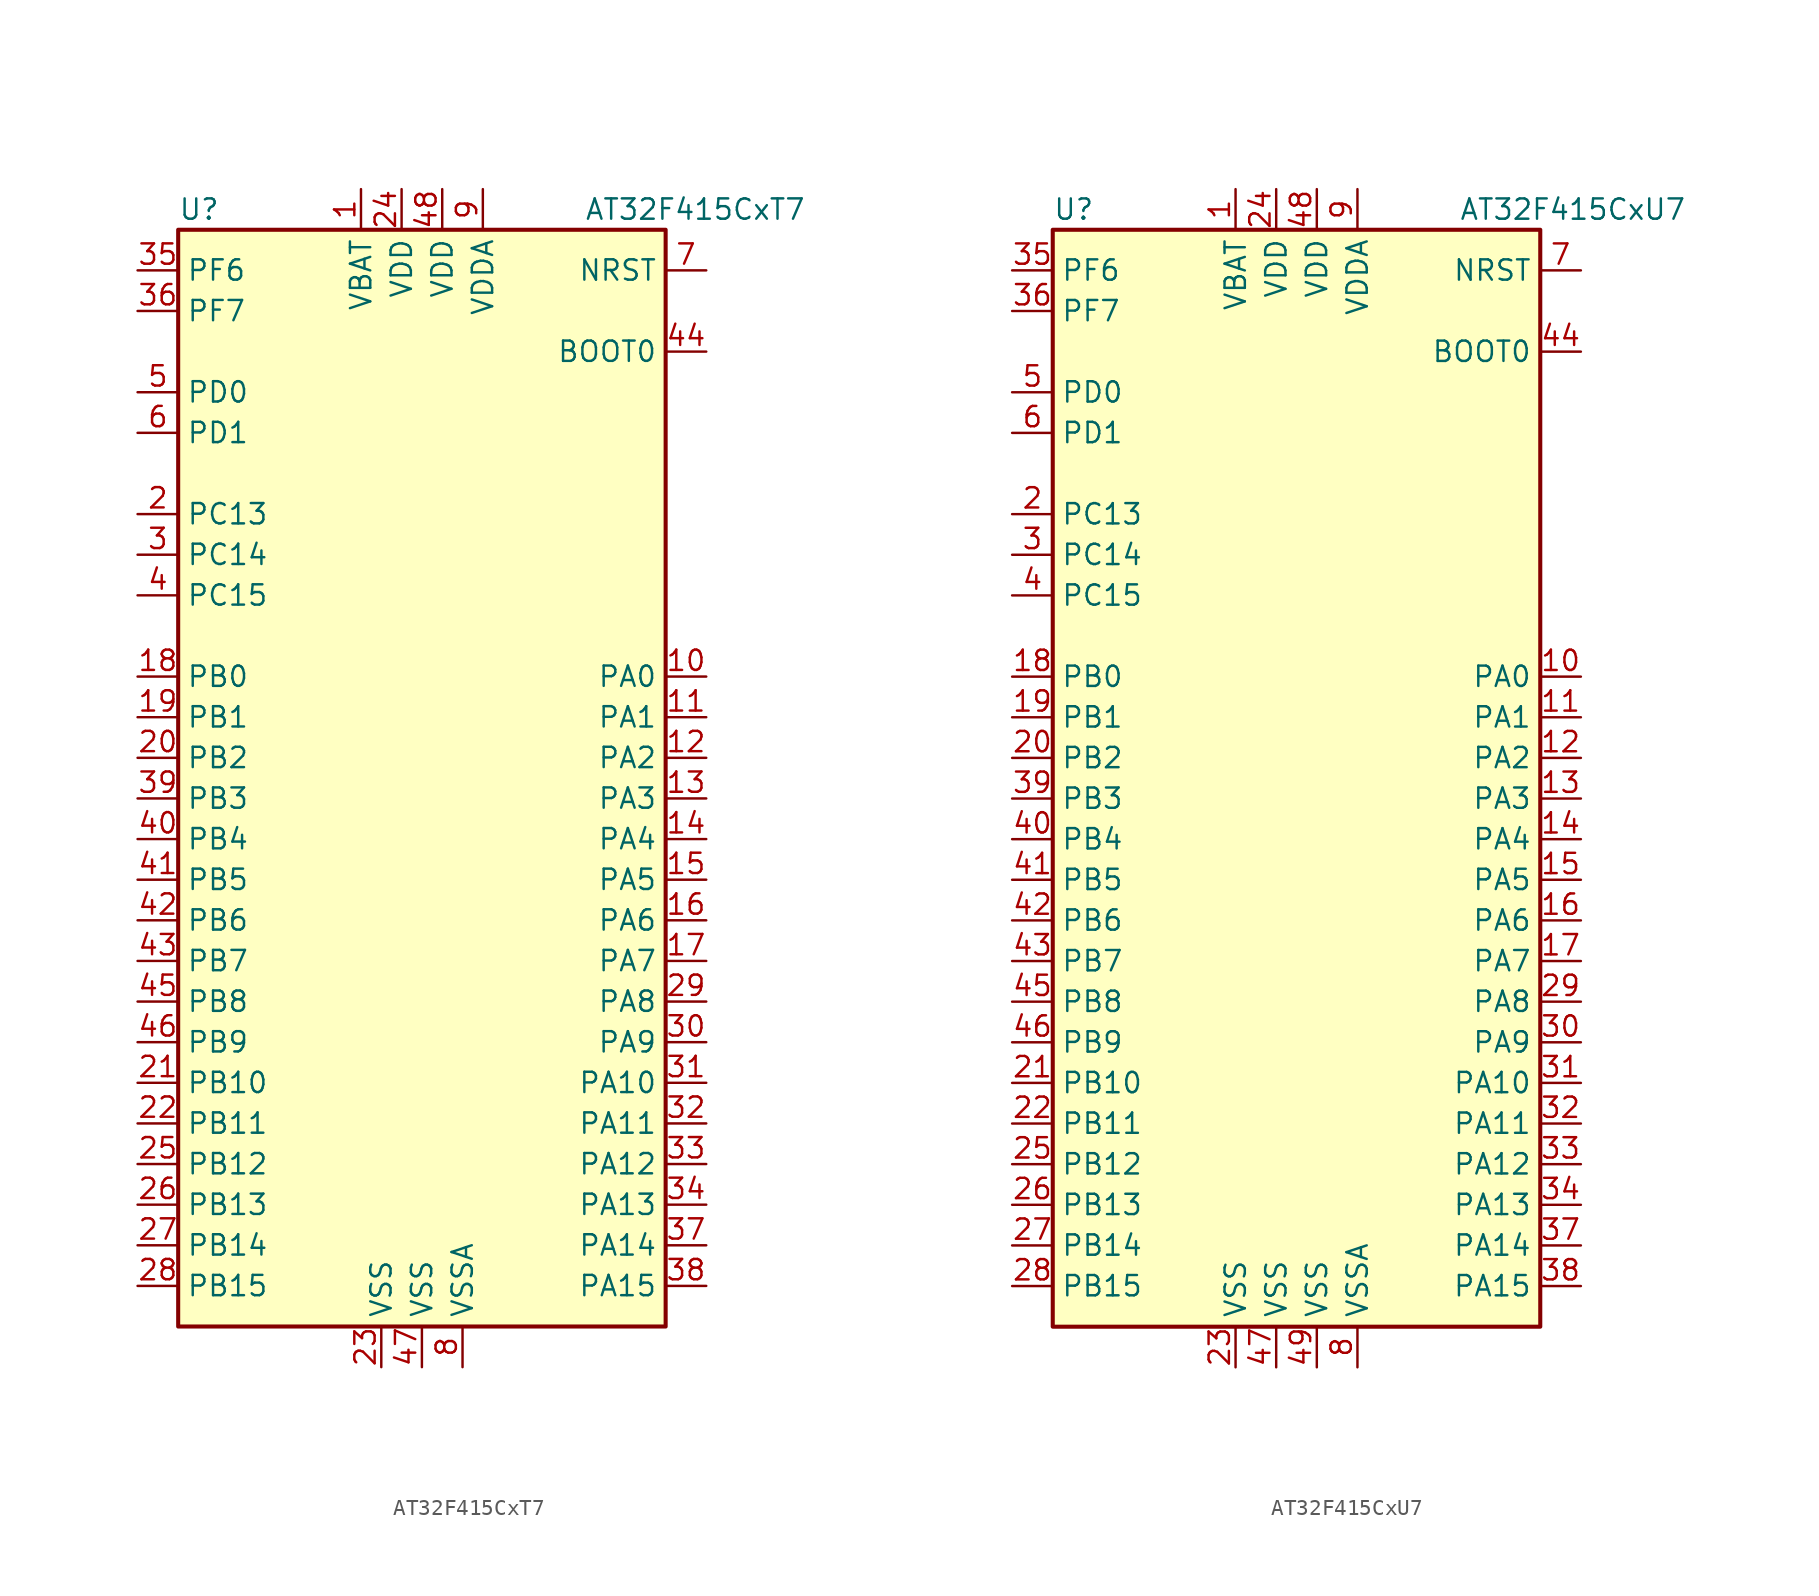
<source format=kicad_sym>
(kicad_symbol_lib
  (version 20220331)
  (generator kicad_symbol_editor)
  (symbol "AT32F415CxT7"
    (property "Reference" "U"
      (at -15.24 35.56 0)
      (effects (font (size 1.27 1.27)) (justify left)))
    (property "Value" "AT32F415CxT7"
      (at 10.16 35.56 0)
      (effects (font (size 1.27 1.27)) (justify left)))
    (symbol "AT32F415CxT7_0_1"
      (rectangle (start -15.24 34.29) (end 15.24 -34.29) (stroke (width 0.254) (type default)) (fill (type background))))
    (symbol "AT32F415CxT7_1_1"
      (pin power_in line (at -3.81 36.83 270) (length 2.54) (name "VBAT" (effects (font (size 1.27 1.27)))) (number "1" (effects (font (size 1.27 1.27)))))
      (pin bidirectional line (at 17.78 6.35 180) (length 2.54) (name "PA0" (effects (font (size 1.27 1.27)))) (number "10" (effects (font (size 1.27 1.27)))))
      (pin bidirectional line (at 17.78 3.81 180) (length 2.54) (name "PA1" (effects (font (size 1.27 1.27)))) (number "11" (effects (font (size 1.27 1.27)))))
      (pin bidirectional line (at 17.78 1.27 180) (length 2.54) (name "PA2" (effects (font (size 1.27 1.27)))) (number "12" (effects (font (size 1.27 1.27)))))
      (pin bidirectional line (at 17.78 -1.27 180) (length 2.54) (name "PA3" (effects (font (size 1.27 1.27)))) (number "13" (effects (font (size 1.27 1.27)))))
      (pin bidirectional line (at 17.78 -3.81 180) (length 2.54) (name "PA4" (effects (font (size 1.27 1.27)))) (number "14" (effects (font (size 1.27 1.27)))))
      (pin bidirectional line (at 17.78 -6.35 180) (length 2.54) (name "PA5" (effects (font (size 1.27 1.27)))) (number "15" (effects (font (size 1.27 1.27)))))
      (pin bidirectional line (at 17.78 -8.89 180) (length 2.54) (name "PA6" (effects (font (size 1.27 1.27)))) (number "16" (effects (font (size 1.27 1.27)))))
      (pin bidirectional line (at 17.78 -11.43 180) (length 2.54) (name "PA7" (effects (font (size 1.27 1.27)))) (number "17" (effects (font (size 1.27 1.27)))))
      (pin bidirectional line (at -17.78 6.35 0) (length 2.54) (name "PB0" (effects (font (size 1.27 1.27)))) (number "18" (effects (font (size 1.27 1.27)))))
      (pin bidirectional line (at -17.78 3.81 0) (length 2.54) (name "PB1" (effects (font (size 1.27 1.27)))) (number "19" (effects (font (size 1.27 1.27)))))
      (pin bidirectional line (at -17.78 16.51 0) (length 2.54) (name "PC13" (effects (font (size 1.27 1.27)))) (number "2" (effects (font (size 1.27 1.27)))))
      (pin bidirectional line (at -17.78 1.27 0) (length 2.54) (name "PB2" (effects (font (size 1.27 1.27)))) (number "20" (effects (font (size 1.27 1.27)))))
      (pin bidirectional line (at -17.78 -19.05 0) (length 2.54) (name "PB10" (effects (font (size 1.27 1.27)))) (number "21" (effects (font (size 1.27 1.27)))))
      (pin bidirectional line (at -17.78 -21.59 0) (length 2.54) (name "PB11" (effects (font (size 1.27 1.27)))) (number "22" (effects (font (size 1.27 1.27)))))
      (pin power_in line (at -2.54 -36.83 90) (length 2.54) (name "VSS" (effects (font (size 1.27 1.27)))) (number "23" (effects (font (size 1.27 1.27)))))
      (pin power_in line (at -1.27 36.83 270) (length 2.54) (name "VDD" (effects (font (size 1.27 1.27)))) (number "24" (effects (font (size 1.27 1.27)))))
      (pin bidirectional line (at -17.78 -24.13 0) (length 2.54) (name "PB12" (effects (font (size 1.27 1.27)))) (number "25" (effects (font (size 1.27 1.27)))))
      (pin bidirectional line (at -17.78 -26.67 0) (length 2.54) (name "PB13" (effects (font (size 1.27 1.27)))) (number "26" (effects (font (size 1.27 1.27)))))
      (pin bidirectional line (at -17.78 -29.21 0) (length 2.54) (name "PB14" (effects (font (size 1.27 1.27)))) (number "27" (effects (font (size 1.27 1.27)))))
      (pin bidirectional line (at -17.78 -31.75 0) (length 2.54) (name "PB15" (effects (font (size 1.27 1.27)))) (number "28" (effects (font (size 1.27 1.27)))))
      (pin bidirectional line (at 17.78 -13.97 180) (length 2.54) (name "PA8" (effects (font (size 1.27 1.27)))) (number "29" (effects (font (size 1.27 1.27)))))
      (pin bidirectional line (at -17.78 13.97 0) (length 2.54) (name "PC14" (effects (font (size 1.27 1.27)))) (number "3" (effects (font (size 1.27 1.27)))))
      (pin bidirectional line (at 17.78 -16.51 180) (length 2.54) (name "PA9" (effects (font (size 1.27 1.27)))) (number "30" (effects (font (size 1.27 1.27)))))
      (pin bidirectional line (at 17.78 -19.05 180) (length 2.54) (name "PA10" (effects (font (size 1.27 1.27)))) (number "31" (effects (font (size 1.27 1.27)))))
      (pin bidirectional line (at 17.78 -21.59 180) (length 2.54) (name "PA11" (effects (font (size 1.27 1.27)))) (number "32" (effects (font (size 1.27 1.27)))))
      (pin bidirectional line (at 17.78 -24.13 180) (length 2.54) (name "PA12" (effects (font (size 1.27 1.27)))) (number "33" (effects (font (size 1.27 1.27)))))
      (pin bidirectional line (at 17.78 -26.67 180) (length 2.54) (name "PA13" (effects (font (size 1.27 1.27)))) (number "34" (effects (font (size 1.27 1.27)))))
      (pin bidirectional line (at -17.78 31.75 0) (length 2.54) (name "PF6" (effects (font (size 1.27 1.27)))) (number "35" (effects (font (size 1.27 1.27)))))
      (pin bidirectional line (at -17.78 29.21 0) (length 2.54) (name "PF7" (effects (font (size 1.27 1.27)))) (number "36" (effects (font (size 1.27 1.27)))))
      (pin bidirectional line (at 17.78 -29.21 180) (length 2.54) (name "PA14" (effects (font (size 1.27 1.27)))) (number "37" (effects (font (size 1.27 1.27)))))
      (pin bidirectional line (at 17.78 -31.75 180) (length 2.54) (name "PA15" (effects (font (size 1.27 1.27)))) (number "38" (effects (font (size 1.27 1.27)))))
      (pin bidirectional line (at -17.78 -1.27 0) (length 2.54) (name "PB3" (effects (font (size 1.27 1.27)))) (number "39" (effects (font (size 1.27 1.27)))))
      (pin bidirectional line (at -17.78 11.43 0) (length 2.54) (name "PC15" (effects (font (size 1.27 1.27)))) (number "4" (effects (font (size 1.27 1.27)))))
      (pin bidirectional line (at -17.78 -3.81 0) (length 2.54) (name "PB4" (effects (font (size 1.27 1.27)))) (number "40" (effects (font (size 1.27 1.27)))))
      (pin bidirectional line (at -17.78 -6.35 0) (length 2.54) (name "PB5" (effects (font (size 1.27 1.27)))) (number "41" (effects (font (size 1.27 1.27)))))
      (pin bidirectional line (at -17.78 -8.89 0) (length 2.54) (name "PB6" (effects (font (size 1.27 1.27)))) (number "42" (effects (font (size 1.27 1.27)))))
      (pin bidirectional line (at -17.78 -11.43 0) (length 2.54) (name "PB7" (effects (font (size 1.27 1.27)))) (number "43" (effects (font (size 1.27 1.27)))))
      (pin input line (at 17.78 26.67 180) (length 2.54) (name "BOOT0" (effects (font (size 1.27 1.27)))) (number "44" (effects (font (size 1.27 1.27)))))
      (pin bidirectional line (at -17.78 -13.97 0) (length 2.54) (name "PB8" (effects (font (size 1.27 1.27)))) (number "45" (effects (font (size 1.27 1.27)))))
      (pin bidirectional line (at -17.78 -16.51 0) (length 2.54) (name "PB9" (effects (font (size 1.27 1.27)))) (number "46" (effects (font (size 1.27 1.27)))))
      (pin power_in line (at 0 -36.83 90) (length 2.54) (name "VSS" (effects (font (size 1.27 1.27)))) (number "47" (effects (font (size 1.27 1.27)))))
      (pin power_in line (at 1.27 36.83 270) (length 2.54) (name "VDD" (effects (font (size 1.27 1.27)))) (number "48" (effects (font (size 1.27 1.27)))))
      (pin input line (at -17.78 24.13 0) (length 2.54) (name "PD0" (effects (font (size 1.27 1.27)))) (number "5" (effects (font (size 1.27 1.27)))))
      (pin input line (at -17.78 21.59 0) (length 2.54) (name "PD1" (effects (font (size 1.27 1.27)))) (number "6" (effects (font (size 1.27 1.27)))))
      (pin input line (at 17.78 31.75 180) (length 2.54) (name "NRST" (effects (font (size 1.27 1.27)))) (number "7" (effects (font (size 1.27 1.27)))))
      (pin power_in line (at 2.54 -36.83 90) (length 2.54) (name "VSSA" (effects (font (size 1.27 1.27)))) (number "8" (effects (font (size 1.27 1.27)))))
      (pin power_in line (at 3.81 36.83 270) (length 2.54) (name "VDDA" (effects (font (size 1.27 1.27)))) (number "9" (effects (font (size 1.27 1.27)))))))
  (symbol "AT32F415CxU7"
    (property "Reference" "U"
      (at -15.24 35.56 0)
      (effects (font (size 1.27 1.27)) (justify left)))
    (property "Value" "AT32F415CxU7"
      (at 10.16 35.56 0)
      (effects (font (size 1.27 1.27)) (justify left)))
    (symbol "AT32F415CxU7_0_1"
      (rectangle (start -15.24 34.29) (end 15.24 -34.29) (stroke (width 0.254) (type default)) (fill (type background))))
    (symbol "AT32F415CxU7_1_1"
      (pin power_in line (at -3.81 36.83 270) (length 2.54) (name "VBAT" (effects (font (size 1.27 1.27)))) (number "1" (effects (font (size 1.27 1.27)))))
      (pin bidirectional line (at 17.78 6.35 180) (length 2.54) (name "PA0" (effects (font (size 1.27 1.27)))) (number "10" (effects (font (size 1.27 1.27)))))
      (pin bidirectional line (at 17.78 3.81 180) (length 2.54) (name "PA1" (effects (font (size 1.27 1.27)))) (number "11" (effects (font (size 1.27 1.27)))))
      (pin bidirectional line (at 17.78 1.27 180) (length 2.54) (name "PA2" (effects (font (size 1.27 1.27)))) (number "12" (effects (font (size 1.27 1.27)))))
      (pin bidirectional line (at 17.78 -1.27 180) (length 2.54) (name "PA3" (effects (font (size 1.27 1.27)))) (number "13" (effects (font (size 1.27 1.27)))))
      (pin bidirectional line (at 17.78 -3.81 180) (length 2.54) (name "PA4" (effects (font (size 1.27 1.27)))) (number "14" (effects (font (size 1.27 1.27)))))
      (pin bidirectional line (at 17.78 -6.35 180) (length 2.54) (name "PA5" (effects (font (size 1.27 1.27)))) (number "15" (effects (font (size 1.27 1.27)))))
      (pin bidirectional line (at 17.78 -8.89 180) (length 2.54) (name "PA6" (effects (font (size 1.27 1.27)))) (number "16" (effects (font (size 1.27 1.27)))))
      (pin bidirectional line (at 17.78 -11.43 180) (length 2.54) (name "PA7" (effects (font (size 1.27 1.27)))) (number "17" (effects (font (size 1.27 1.27)))))
      (pin bidirectional line (at -17.78 6.35 0) (length 2.54) (name "PB0" (effects (font (size 1.27 1.27)))) (number "18" (effects (font (size 1.27 1.27)))))
      (pin bidirectional line (at -17.78 3.81 0) (length 2.54) (name "PB1" (effects (font (size 1.27 1.27)))) (number "19" (effects (font (size 1.27 1.27)))))
      (pin bidirectional line (at -17.78 16.51 0) (length 2.54) (name "PC13" (effects (font (size 1.27 1.27)))) (number "2" (effects (font (size 1.27 1.27)))))
      (pin bidirectional line (at -17.78 1.27 0) (length 2.54) (name "PB2" (effects (font (size 1.27 1.27)))) (number "20" (effects (font (size 1.27 1.27)))))
      (pin bidirectional line (at -17.78 -19.05 0) (length 2.54) (name "PB10" (effects (font (size 1.27 1.27)))) (number "21" (effects (font (size 1.27 1.27)))))
      (pin bidirectional line (at -17.78 -21.59 0) (length 2.54) (name "PB11" (effects (font (size 1.27 1.27)))) (number "22" (effects (font (size 1.27 1.27)))))
      (pin power_in line (at -3.81 -36.83 90) (length 2.54) (name "VSS" (effects (font (size 1.27 1.27)))) (number "23" (effects (font (size 1.27 1.27)))))
      (pin power_in line (at -1.27 36.83 270) (length 2.54) (name "VDD" (effects (font (size 1.27 1.27)))) (number "24" (effects (font (size 1.27 1.27)))))
      (pin bidirectional line (at -17.78 -24.13 0) (length 2.54) (name "PB12" (effects (font (size 1.27 1.27)))) (number "25" (effects (font (size 1.27 1.27)))))
      (pin bidirectional line (at -17.78 -26.67 0) (length 2.54) (name "PB13" (effects (font (size 1.27 1.27)))) (number "26" (effects (font (size 1.27 1.27)))))
      (pin bidirectional line (at -17.78 -29.21 0) (length 2.54) (name "PB14" (effects (font (size 1.27 1.27)))) (number "27" (effects (font (size 1.27 1.27)))))
      (pin bidirectional line (at -17.78 -31.75 0) (length 2.54) (name "PB15" (effects (font (size 1.27 1.27)))) (number "28" (effects (font (size 1.27 1.27)))))
      (pin bidirectional line (at 17.78 -13.97 180) (length 2.54) (name "PA8" (effects (font (size 1.27 1.27)))) (number "29" (effects (font (size 1.27 1.27)))))
      (pin bidirectional line (at -17.78 13.97 0) (length 2.54) (name "PC14" (effects (font (size 1.27 1.27)))) (number "3" (effects (font (size 1.27 1.27)))))
      (pin bidirectional line (at 17.78 -16.51 180) (length 2.54) (name "PA9" (effects (font (size 1.27 1.27)))) (number "30" (effects (font (size 1.27 1.27)))))
      (pin bidirectional line (at 17.78 -19.05 180) (length 2.54) (name "PA10" (effects (font (size 1.27 1.27)))) (number "31" (effects (font (size 1.27 1.27)))))
      (pin bidirectional line (at 17.78 -21.59 180) (length 2.54) (name "PA11" (effects (font (size 1.27 1.27)))) (number "32" (effects (font (size 1.27 1.27)))))
      (pin bidirectional line (at 17.78 -24.13 180) (length 2.54) (name "PA12" (effects (font (size 1.27 1.27)))) (number "33" (effects (font (size 1.27 1.27)))))
      (pin bidirectional line (at 17.78 -26.67 180) (length 2.54) (name "PA13" (effects (font (size 1.27 1.27)))) (number "34" (effects (font (size 1.27 1.27)))))
      (pin bidirectional line (at -17.78 31.75 0) (length 2.54) (name "PF6" (effects (font (size 1.27 1.27)))) (number "35" (effects (font (size 1.27 1.27)))))
      (pin bidirectional line (at -17.78 29.21 0) (length 2.54) (name "PF7" (effects (font (size 1.27 1.27)))) (number "36" (effects (font (size 1.27 1.27)))))
      (pin bidirectional line (at 17.78 -29.21 180) (length 2.54) (name "PA14" (effects (font (size 1.27 1.27)))) (number "37" (effects (font (size 1.27 1.27)))))
      (pin bidirectional line (at 17.78 -31.75 180) (length 2.54) (name "PA15" (effects (font (size 1.27 1.27)))) (number "38" (effects (font (size 1.27 1.27)))))
      (pin bidirectional line (at -17.78 -1.27 0) (length 2.54) (name "PB3" (effects (font (size 1.27 1.27)))) (number "39" (effects (font (size 1.27 1.27)))))
      (pin bidirectional line (at -17.78 11.43 0) (length 2.54) (name "PC15" (effects (font (size 1.27 1.27)))) (number "4" (effects (font (size 1.27 1.27)))))
      (pin bidirectional line (at -17.78 -3.81 0) (length 2.54) (name "PB4" (effects (font (size 1.27 1.27)))) (number "40" (effects (font (size 1.27 1.27)))))
      (pin bidirectional line (at -17.78 -6.35 0) (length 2.54) (name "PB5" (effects (font (size 1.27 1.27)))) (number "41" (effects (font (size 1.27 1.27)))))
      (pin bidirectional line (at -17.78 -8.89 0) (length 2.54) (name "PB6" (effects (font (size 1.27 1.27)))) (number "42" (effects (font (size 1.27 1.27)))))
      (pin bidirectional line (at -17.78 -11.43 0) (length 2.54) (name "PB7" (effects (font (size 1.27 1.27)))) (number "43" (effects (font (size 1.27 1.27)))))
      (pin input line (at 17.78 26.67 180) (length 2.54) (name "BOOT0" (effects (font (size 1.27 1.27)))) (number "44" (effects (font (size 1.27 1.27)))))
      (pin bidirectional line (at -17.78 -13.97 0) (length 2.54) (name "PB8" (effects (font (size 1.27 1.27)))) (number "45" (effects (font (size 1.27 1.27)))))
      (pin bidirectional line (at -17.78 -16.51 0) (length 2.54) (name "PB9" (effects (font (size 1.27 1.27)))) (number "46" (effects (font (size 1.27 1.27)))))
      (pin power_in line (at -1.27 -36.83 90) (length 2.54) (name "VSS" (effects (font (size 1.27 1.27)))) (number "47" (effects (font (size 1.27 1.27)))))
      (pin power_in line (at 1.27 36.83 270) (length 2.54) (name "VDD" (effects (font (size 1.27 1.27)))) (number "48" (effects (font (size 1.27 1.27)))))
      (pin power_in line (at 1.27 -36.83 90) (length 2.54) (name "VSS" (effects (font (size 1.27 1.27)))) (number "49" (effects (font (size 1.27 1.27)))))
      (pin input line (at -17.78 24.13 0) (length 2.54) (name "PD0" (effects (font (size 1.27 1.27)))) (number "5" (effects (font (size 1.27 1.27)))))
      (pin input line (at -17.78 21.59 0) (length 2.54) (name "PD1" (effects (font (size 1.27 1.27)))) (number "6" (effects (font (size 1.27 1.27)))))
      (pin input line (at 17.78 31.75 180) (length 2.54) (name "NRST" (effects (font (size 1.27 1.27)))) (number "7" (effects (font (size 1.27 1.27)))))
      (pin power_in line (at 3.81 -36.83 90) (length 2.54) (name "VSSA" (effects (font (size 1.27 1.27)))) (number "8" (effects (font (size 1.27 1.27)))))
      (pin power_in line (at 3.81 36.83 270) (length 2.54) (name "VDDA" (effects (font (size 1.27 1.27)))) (number "9" (effects (font (size 1.27 1.27))))))))
</source>
